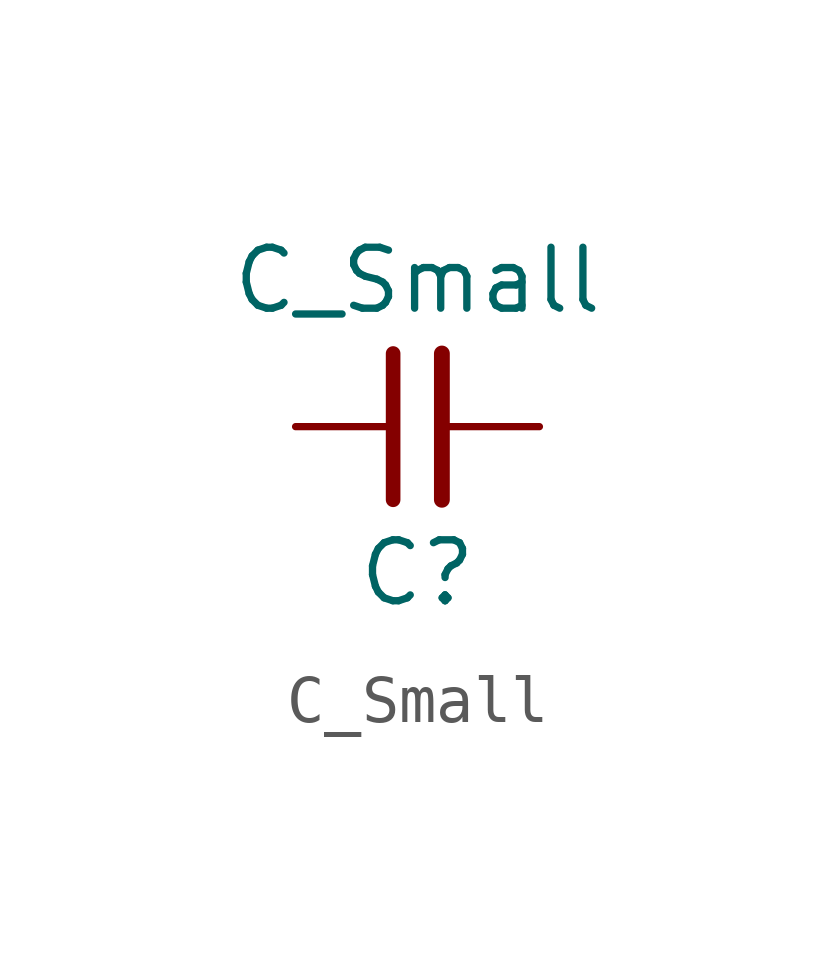
<source format=kicad_sym>
(kicad_symbol_lib
  (version 20241209)
  (generator "kicad_symbol_editor")
  (generator_version "9.0")
  (symbol "C_Small"
    (pin_numbers
      (hide yes))
    (pin_names
      (offset 0.254)
      (hide yes))
    (property "Reference" "C"
      (at 2.54 -3.048 0)
      (effects (font (size 1.27 1.27))))
    (property "Value" "C_Small"
      (at 2.54 3.048 0)
      (effects (font (size 1.27 1.27))))
    (symbol "C_Small_0_1"
      (polyline (pts (xy 2.032 -1.524) (xy 2.032 1.524)) (stroke (width 0.305) (type default)) (fill (type none)))
      (polyline (pts (xy 3.048 -1.524) (xy 3.048 1.524)) (stroke (width 0.33) (type default)) (fill (type none))))
    (symbol "C_Small_1_1"
      (pin passive line (at 0 0 0) (length 2.032) (name "~" (effects (font (size 1.27 1.27)))) (number "1" (effects (font (size 1.27 1.27)))))
      (pin passive line (at 5.08 0 180) (length 2.032) (name "~" (effects (font (size 1.27 1.27)))) (number "2" (effects (font (size 1.27 1.27))))))))
</source>
